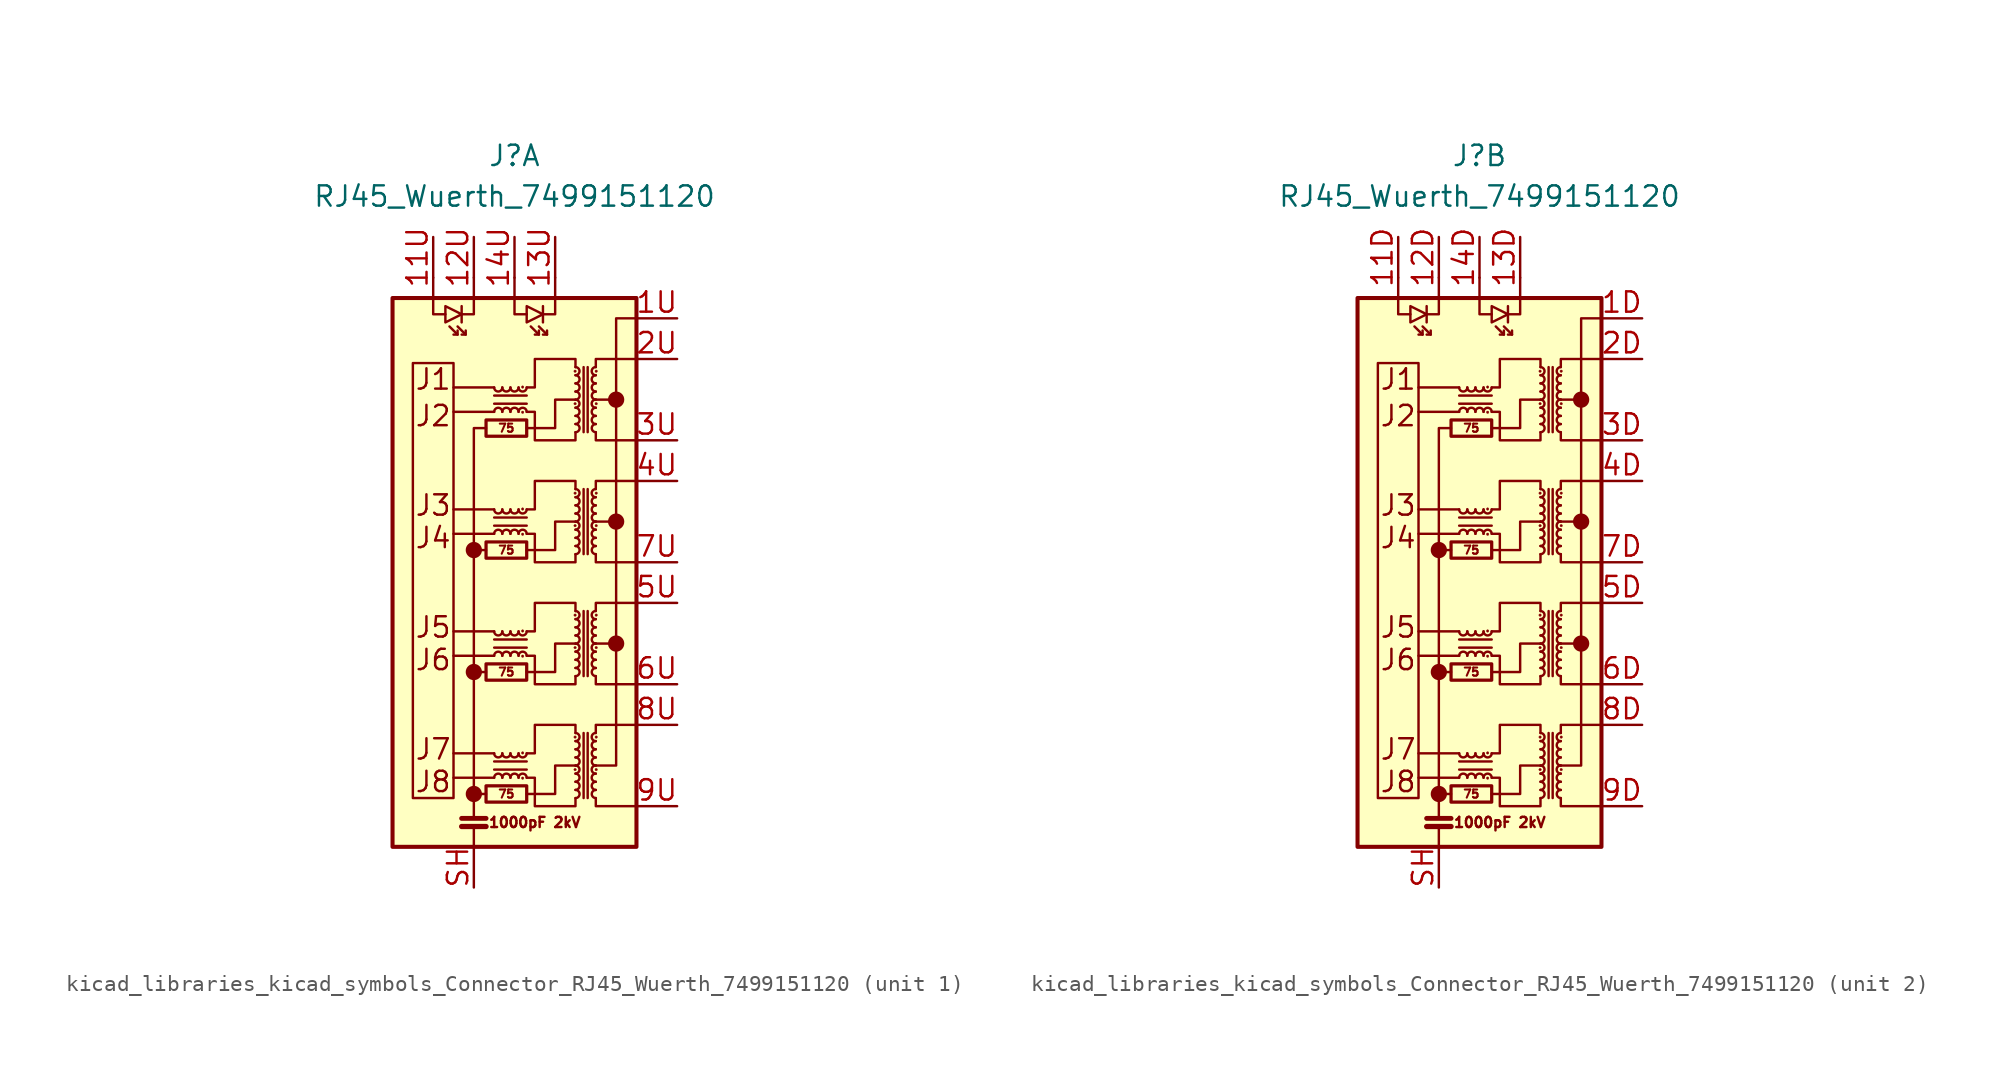
<source format=kicad_sym>
(kicad_symbol_lib
  (version 20220914)
  (generator kicad_symbol_editor)
  (symbol "kicad_libraries_kicad_symbols_Connector_RJ45_Wuerth_7499151120"
    (pin_names
      (offset 0.025) hide)
    (property "Reference" "J"
      (at 0 25.4 0)
      (effects (font (size 1.27 1.27))))
    (property "Value" "RJ45_Wuerth_7499151120"
      (at 0 22.86 0)
      (effects (font (size 1.27 1.27))))
    (property "ki_locked" ""
      (at 0 0 0)
      (effects (font (size 1.27 1.27))))
    (symbol "kicad_libraries_kicad_symbols_Connector_RJ45_Wuerth_7499151120_0_0"
      (circle (center -2.54 -14.478) (radius 0.0001) (stroke (width 0.508) (type default)) (fill (type none)))
      (circle (center -2.54 -6.858) (radius 0.0001) (stroke (width 0.508) (type default)) (fill (type none)))
      (circle (center -2.54 0.762) (radius 0.0001) (stroke (width 0.508) (type default)) (fill (type none)))
      (polyline (pts (xy -1.778 -14.478) (xy -2.54 -14.478)) (stroke (width 0) (type default)) (fill (type none)))
      (polyline (pts (xy -1.27 -13.462) (xy -3.81 -13.462)) (stroke (width 0) (type default)) (fill (type none)))
      (polyline (pts (xy -1.27 -11.938) (xy -3.81 -11.938)) (stroke (width 0) (type default)) (fill (type none)))
      (polyline (pts (xy -1.27 -5.842) (xy -3.81 -5.842)) (stroke (width 0) (type default)) (fill (type none)))
      (polyline (pts (xy -1.27 -4.318) (xy -3.81 -4.318)) (stroke (width 0) (type default)) (fill (type none)))
      (polyline (pts (xy -1.27 1.778) (xy -3.81 1.778)) (stroke (width 0) (type default)) (fill (type none)))
      (polyline (pts (xy -1.27 3.302) (xy -3.81 3.302)) (stroke (width 0) (type default)) (fill (type none)))
      (polyline (pts (xy -1.27 9.398) (xy -3.81 9.398)) (stroke (width 0) (type default)) (fill (type none)))
      (polyline (pts (xy -1.27 10.922) (xy -3.81 10.922)) (stroke (width 0) (type default)) (fill (type none)))
      (polyline (pts (xy 5.08 2.54) (xy 6.35 2.54)) (stroke (width 0) (type default)) (fill (type none)))
      (polyline (pts (xy 6.35 -5.08) (xy 5.08 -5.08)) (stroke (width 0) (type default)) (fill (type none)))
      (polyline (pts (xy 6.35 10.16) (xy 5.08 10.16)) (stroke (width 0) (type default)) (fill (type none)))
      (polyline (pts (xy 0.762 -14.478) (xy 2.54 -14.478) (xy 2.54 -12.7) (xy 3.81 -12.7)) (stroke (width 0) (type default)) (fill (type none)))
      (polyline (pts (xy 0.762 -6.858) (xy 2.54 -6.858) (xy 2.54 -5.08) (xy 3.81 -5.08)) (stroke (width 0) (type default)) (fill (type none)))
      (polyline (pts (xy 0.762 0.762) (xy 2.54 0.762) (xy 2.54 2.54) (xy 3.81 2.54)) (stroke (width 0) (type default)) (fill (type none)))
      (polyline (pts (xy 0.762 8.382) (xy 2.54 8.382) (xy 2.54 10.16) (xy 3.81 10.16)) (stroke (width 0) (type default)) (fill (type none)))
      (circle (center 6.35 -5.08) (radius 0.0001) (stroke (width 0.508) (type default)) (fill (type none)))
      (circle (center 6.35 2.54) (radius 0.0001) (stroke (width 0.508) (type default)) (fill (type none)))
      (circle (center 6.35 10.16) (radius 0.0001) (stroke (width 0.508) (type default)) (fill (type none)))
      (text "1000pF 2kV" (at 1.27 -16.256 0) (effects (font (size 0.635 0.635))))
      (text "75" (at -0.508 -14.478 0) (effects (font (size 0.508 0.508))))
      (text "75" (at -0.508 -6.858 0) (effects (font (size 0.508 0.508))))
      (text "75" (at -0.508 0.762 0) (effects (font (size 0.508 0.508))))
      (text "75" (at -0.508 8.382 0) (effects (font (size 0.508 0.508))))
      (text "J1" (at -5.08 11.43 0) (effects (font (size 1.27 1.27))))
      (text "J2" (at -5.08 9.144 0) (effects (font (size 1.27 1.27))))
      (text "J3" (at -5.08 3.556 0) (effects (font (size 1.27 1.27))))
      (text "J4" (at -5.08 1.524 0) (effects (font (size 1.27 1.27))))
      (text "J5" (at -5.08 -4.064 0) (effects (font (size 1.27 1.27))))
      (text "J6" (at -5.08 -6.096 0) (effects (font (size 1.27 1.27))))
      (text "J7" (at -5.08 -11.684 0) (effects (font (size 1.27 1.27))))
      (text "J8" (at -5.08 -13.716 0) (effects (font (size 1.27 1.27)))))
    (symbol "kicad_libraries_kicad_symbols_Connector_RJ45_Wuerth_7499151120_0_1"
      (rectangle (start -7.62 16.51) (end 7.62 -17.78) (stroke (width 0.254) (type default)) (fill (type background)))
      (rectangle (start -3.81 -14.732) (end -6.35 12.446) (stroke (width 0) (type default)) (fill (type none)))
      (rectangle (start -1.778 -14.986) (end 0.762 -13.97) (stroke (width 0.203) (type default)) (fill (type none)))
      (rectangle (start -1.778 -7.366) (end 0.762 -6.35) (stroke (width 0.203) (type default)) (fill (type none)))
      (rectangle (start -1.778 0.254) (end 0.762 1.27) (stroke (width 0.203) (type default)) (fill (type none)))
      (rectangle (start -1.778 7.874) (end 0.762 8.89) (stroke (width 0.203) (type default)) (fill (type none)))
      (arc (start -1.27 -11.938) (mid -1.016 -12.1909) (end -0.762 -11.938) (stroke (width 0) (type default)) (fill (type none)))
      (arc (start -1.27 -4.318) (mid -1.016 -4.5709) (end -0.762 -4.318) (stroke (width 0) (type default)) (fill (type none)))
      (arc (start -1.27 3.302) (mid -1.016 3.0491) (end -0.762 3.302) (stroke (width 0) (type default)) (fill (type none)))
      (arc (start -1.27 10.922) (mid -1.016 10.6691) (end -0.762 10.922) (stroke (width 0) (type default)) (fill (type none)))
      (arc (start -0.762 -13.462) (mid -1.016 -13.2091) (end -1.27 -13.462) (stroke (width 0) (type default)) (fill (type none)))
      (arc (start -0.762 -11.938) (mid -0.508 -12.1909) (end -0.254 -11.938) (stroke (width 0) (type default)) (fill (type none)))
      (arc (start -0.762 -5.842) (mid -1.016 -5.5891) (end -1.27 -5.842) (stroke (width 0) (type default)) (fill (type none)))
      (arc (start -0.762 -4.318) (mid -0.508 -4.5709) (end -0.254 -4.318) (stroke (width 0) (type default)) (fill (type none)))
      (arc (start -0.762 1.778) (mid -1.016 2.0309) (end -1.27 1.778) (stroke (width 0) (type default)) (fill (type none)))
      (arc (start -0.762 3.302) (mid -0.508 3.0491) (end -0.254 3.302) (stroke (width 0) (type default)) (fill (type none)))
      (arc (start -0.762 9.398) (mid -1.016 9.6509) (end -1.27 9.398) (stroke (width 0) (type default)) (fill (type none)))
      (arc (start -0.762 10.922) (mid -0.508 10.6691) (end -0.254 10.922) (stroke (width 0) (type default)) (fill (type none)))
      (arc (start -0.254 -13.462) (mid -0.508 -13.2091) (end -0.762 -13.462) (stroke (width 0) (type default)) (fill (type none)))
      (arc (start -0.254 -11.938) (mid 0 -12.1909) (end 0.254 -11.938) (stroke (width 0) (type default)) (fill (type none)))
      (arc (start -0.254 -5.842) (mid -0.508 -5.5891) (end -0.762 -5.842) (stroke (width 0) (type default)) (fill (type none)))
      (arc (start -0.254 -4.318) (mid 0 -4.5709) (end 0.254 -4.318) (stroke (width 0) (type default)) (fill (type none)))
      (arc (start -0.254 1.778) (mid -0.508 2.0309) (end -0.762 1.778) (stroke (width 0) (type default)) (fill (type none)))
      (arc (start -0.254 3.302) (mid 0 3.0491) (end 0.254 3.302) (stroke (width 0) (type default)) (fill (type none)))
      (arc (start -0.254 9.398) (mid -0.508 9.6509) (end -0.762 9.398) (stroke (width 0) (type default)) (fill (type none)))
      (arc (start -0.254 10.922) (mid 0 10.6691) (end 0.254 10.922) (stroke (width 0) (type default)) (fill (type none)))
      (polyline (pts (xy -3.556 14.224) (xy -4.064 14.732)) (stroke (width 0) (type default)) (fill (type none)))
      (polyline (pts (xy -3.302 -16.51) (xy -1.778 -16.51)) (stroke (width 0.33) (type default)) (fill (type none)))
      (polyline (pts (xy -3.302 -16.002) (xy -1.778 -16.002)) (stroke (width 0.305) (type default)) (fill (type none)))
      (polyline (pts (xy -3.302 16.002) (xy -3.302 14.986)) (stroke (width 0) (type default)) (fill (type none)))
      (polyline (pts (xy -3.048 14.224) (xy -3.556 14.732)) (stroke (width 0) (type default)) (fill (type none)))
      (polyline (pts (xy -2.54 -17.78) (xy -2.54 -16.51)) (stroke (width 0) (type default)) (fill (type none)))
      (polyline (pts (xy -2.54 0.762) (xy -1.778 0.762)) (stroke (width 0) (type default)) (fill (type none)))
      (polyline (pts (xy -1.778 -6.858) (xy -2.54 -6.858)) (stroke (width 0) (type default)) (fill (type none)))
      (polyline (pts (xy -1.27 -12.954) (xy 0.762 -12.954)) (stroke (width 0) (type default)) (fill (type none)))
      (polyline (pts (xy -1.27 -5.334) (xy 0.762 -5.334)) (stroke (width 0) (type default)) (fill (type none)))
      (polyline (pts (xy -1.27 2.286) (xy 0.762 2.286)) (stroke (width 0) (type default)) (fill (type none)))
      (polyline (pts (xy -1.27 9.906) (xy 0.762 9.906)) (stroke (width 0) (type default)) (fill (type none)))
      (polyline (pts (xy 0.762 -12.446) (xy -1.27 -12.446)) (stroke (width 0) (type default)) (fill (type none)))
      (polyline (pts (xy 0.762 -4.826) (xy -1.27 -4.826)) (stroke (width 0) (type default)) (fill (type none)))
      (polyline (pts (xy 0.762 2.794) (xy -1.27 2.794)) (stroke (width 0) (type default)) (fill (type none)))
      (polyline (pts (xy 0.762 10.414) (xy -1.27 10.414)) (stroke (width 0) (type default)) (fill (type none)))
      (polyline (pts (xy 1.524 14.224) (xy 1.016 14.732)) (stroke (width 0) (type default)) (fill (type none)))
      (polyline (pts (xy 1.778 16.002) (xy 1.778 14.986)) (stroke (width 0) (type default)) (fill (type none)))
      (polyline (pts (xy 2.032 14.224) (xy 1.524 14.732)) (stroke (width 0) (type default)) (fill (type none)))
      (polyline (pts (xy 4.318 -10.668) (xy 4.318 -14.732)) (stroke (width 0) (type default)) (fill (type none)))
      (polyline (pts (xy 4.318 -3.048) (xy 4.318 -7.112)) (stroke (width 0) (type default)) (fill (type none)))
      (polyline (pts (xy 4.318 4.572) (xy 4.318 0.508)) (stroke (width 0) (type default)) (fill (type none)))
      (polyline (pts (xy 4.318 12.192) (xy 4.318 8.128)) (stroke (width 0) (type default)) (fill (type none)))
      (polyline (pts (xy 4.572 -14.732) (xy 4.572 -10.668)) (stroke (width 0) (type default)) (fill (type none)))
      (polyline (pts (xy 4.572 -7.112) (xy 4.572 -3.048)) (stroke (width 0) (type default)) (fill (type none)))
      (polyline (pts (xy 4.572 0.508) (xy 4.572 4.572)) (stroke (width 0) (type default)) (fill (type none)))
      (polyline (pts (xy 4.572 8.128) (xy 4.572 12.192)) (stroke (width 0) (type default)) (fill (type none)))
      (polyline (pts (xy -5.08 17.78) (xy -5.08 15.494) (xy -4.318 15.494)) (stroke (width 0) (type default)) (fill (type none)))
      (polyline (pts (xy -3.556 14.478) (xy -3.556 14.224) (xy -3.81 14.224)) (stroke (width 0) (type default)) (fill (type none)))
      (polyline (pts (xy -3.048 14.478) (xy -3.048 14.224) (xy -3.302 14.224)) (stroke (width 0) (type default)) (fill (type none)))
      (polyline (pts (xy -2.54 -16.002) (xy -2.54 8.382) (xy -1.778 8.382)) (stroke (width 0) (type default)) (fill (type none)))
      (polyline (pts (xy -2.54 17.78) (xy -2.54 15.494) (xy -3.302 15.494)) (stroke (width 0) (type default)) (fill (type none)))
      (polyline (pts (xy 0 17.78) (xy 0 15.494) (xy 0.762 15.494)) (stroke (width 0) (type default)) (fill (type none)))
      (polyline (pts (xy 1.524 14.478) (xy 1.524 14.224) (xy 1.27 14.224)) (stroke (width 0) (type default)) (fill (type none)))
      (polyline (pts (xy 2.032 14.478) (xy 2.032 14.224) (xy 1.778 14.224)) (stroke (width 0) (type default)) (fill (type none)))
      (polyline (pts (xy 2.54 17.78) (xy 2.54 15.494) (xy 1.778 15.494)) (stroke (width 0) (type default)) (fill (type none)))
      (polyline (pts (xy 5.08 -14.732) (xy 5.08 -15.24) (xy 7.62 -15.24)) (stroke (width 0) (type default)) (fill (type none)))
      (polyline (pts (xy 5.08 -10.668) (xy 5.08 -10.16) (xy 7.62 -10.16)) (stroke (width 0) (type default)) (fill (type none)))
      (polyline (pts (xy 5.08 -7.112) (xy 5.08 -7.62) (xy 7.62 -7.62)) (stroke (width 0) (type default)) (fill (type none)))
      (polyline (pts (xy 5.08 -3.048) (xy 5.08 -2.54) (xy 7.62 -2.54)) (stroke (width 0) (type default)) (fill (type none)))
      (polyline (pts (xy 5.08 0.508) (xy 5.08 0) (xy 7.62 0)) (stroke (width 0) (type default)) (fill (type none)))
      (polyline (pts (xy 5.08 4.572) (xy 5.08 5.08) (xy 7.62 5.08)) (stroke (width 0) (type default)) (fill (type none)))
      (polyline (pts (xy 5.08 8.128) (xy 5.08 7.62) (xy 7.62 7.62)) (stroke (width 0) (type default)) (fill (type none)))
      (polyline (pts (xy 5.08 12.192) (xy 5.08 12.7) (xy 7.62 12.7)) (stroke (width 0) (type default)) (fill (type none)))
      (polyline (pts (xy -3.302 15.494) (xy -4.318 16.002) (xy -4.318 14.986) (xy -3.302 15.494)) (stroke (width 0) (type default)) (fill (type none)))
      (polyline (pts (xy 1.778 15.494) (xy 0.762 16.002) (xy 0.762 14.986) (xy 1.778 15.494)) (stroke (width 0) (type default)) (fill (type none)))
      (polyline (pts (xy 7.62 15.24) (xy 6.35 15.24) (xy 6.35 -12.7) (xy 5.08 -12.7)) (stroke (width 0) (type default)) (fill (type none)))
      (polyline (pts (xy 0.762 -11.938) (xy 1.27 -11.938) (xy 1.27 -10.16) (xy 3.81 -10.16) (xy 3.81 -10.668)) (stroke (width 0) (type default)) (fill (type none)))
      (polyline (pts (xy 0.762 -4.318) (xy 1.27 -4.318) (xy 1.27 -2.54) (xy 3.81 -2.54) (xy 3.81 -3.048)) (stroke (width 0) (type default)) (fill (type none)))
      (polyline (pts (xy 0.762 3.302) (xy 1.27 3.302) (xy 1.27 5.08) (xy 3.81 5.08) (xy 3.81 4.572)) (stroke (width 0) (type default)) (fill (type none)))
      (polyline (pts (xy 0.762 10.922) (xy 1.27 10.922) (xy 1.27 12.7) (xy 3.81 12.7) (xy 3.81 12.192)) (stroke (width 0) (type default)) (fill (type none)))
      (polyline (pts (xy 3.81 -14.732) (xy 3.81 -15.24) (xy 1.27 -15.24) (xy 1.27 -13.462) (xy 0.762 -13.462)) (stroke (width 0) (type default)) (fill (type none)))
      (polyline (pts (xy 3.81 -7.112) (xy 3.81 -7.62) (xy 1.27 -7.62) (xy 1.27 -5.842) (xy 0.762 -5.842)) (stroke (width 0) (type default)) (fill (type none)))
      (polyline (pts (xy 3.81 0.508) (xy 3.81 0) (xy 1.27 0) (xy 1.27 1.778) (xy 0.762 1.778)) (stroke (width 0) (type default)) (fill (type none)))
      (polyline (pts (xy 3.81 8.128) (xy 3.81 7.62) (xy 1.27 7.62) (xy 1.27 9.398) (xy 0.762 9.398)) (stroke (width 0) (type default)) (fill (type none)))
      (arc (start 0.254 -13.462) (mid 0 -13.2091) (end -0.254 -13.462) (stroke (width 0) (type default)) (fill (type none)))
      (arc (start 0.254 -11.938) (mid 0.508 -12.1909) (end 0.762 -11.938) (stroke (width 0) (type default)) (fill (type none)))
      (arc (start 0.254 -5.842) (mid 0 -5.5891) (end -0.254 -5.842) (stroke (width 0) (type default)) (fill (type none)))
      (arc (start 0.254 -4.318) (mid 0.508 -4.5709) (end 0.762 -4.318) (stroke (width 0) (type default)) (fill (type none)))
      (arc (start 0.254 1.778) (mid 0 2.0309) (end -0.254 1.778) (stroke (width 0) (type default)) (fill (type none)))
      (arc (start 0.254 3.302) (mid 0.508 3.0491) (end 0.762 3.302) (stroke (width 0) (type default)) (fill (type none)))
      (arc (start 0.254 9.398) (mid 0 9.6509) (end -0.254 9.398) (stroke (width 0) (type default)) (fill (type none)))
      (arc (start 0.254 10.922) (mid 0.508 10.6691) (end 0.762 10.922) (stroke (width 0) (type default)) (fill (type none)))
      (circle (center 0.508 -13.487) (radius 0.076) (stroke (width 0.025) (type default)) (fill (type outline)))
      (circle (center 0.508 -11.913) (radius 0.076) (stroke (width 0.025) (type default)) (fill (type outline)))
      (circle (center 0.508 -5.867) (radius 0.076) (stroke (width 0.025) (type default)) (fill (type outline)))
      (circle (center 0.508 -4.293) (radius 0.076) (stroke (width 0.025) (type default)) (fill (type outline)))
      (circle (center 0.508 1.753) (radius 0.076) (stroke (width 0.025) (type default)) (fill (type outline)))
      (circle (center 0.508 3.327) (radius 0.076) (stroke (width 0.025) (type default)) (fill (type outline)))
      (circle (center 0.508 9.373) (radius 0.076) (stroke (width 0.025) (type default)) (fill (type outline)))
      (circle (center 0.508 10.947) (radius 0.076) (stroke (width 0.025) (type default)) (fill (type outline)))
      (arc (start 0.762 -13.462) (mid 0.508 -13.2091) (end 0.254 -13.462) (stroke (width 0) (type default)) (fill (type none)))
      (arc (start 0.762 -5.842) (mid 0.508 -5.5891) (end 0.254 -5.842) (stroke (width 0) (type default)) (fill (type none)))
      (arc (start 0.762 1.778) (mid 0.508 2.0309) (end 0.254 1.778) (stroke (width 0) (type default)) (fill (type none)))
      (arc (start 0.762 9.398) (mid 0.508 9.6509) (end 0.254 9.398) (stroke (width 0) (type default)) (fill (type none)))
      (circle (center 3.785 -12.954) (radius 0.076) (stroke (width 0.025) (type default)) (fill (type outline)))
      (circle (center 3.785 -10.922) (radius 0.076) (stroke (width 0.025) (type default)) (fill (type outline)))
      (circle (center 3.785 -5.334) (radius 0.076) (stroke (width 0.025) (type default)) (fill (type outline)))
      (circle (center 3.785 -3.302) (radius 0.076) (stroke (width 0.025) (type default)) (fill (type outline)))
      (circle (center 3.785 2.286) (radius 0.076) (stroke (width 0.025) (type default)) (fill (type outline)))
      (circle (center 3.785 4.318) (radius 0.076) (stroke (width 0.025) (type default)) (fill (type outline)))
      (circle (center 3.785 9.906) (radius 0.076) (stroke (width 0.025) (type default)) (fill (type outline)))
      (circle (center 3.785 11.938) (radius 0.076) (stroke (width 0.025) (type default)) (fill (type outline)))
      (arc (start 3.81 -14.732) (mid 4.0629 -14.478) (end 3.81 -14.224) (stroke (width 0) (type default)) (fill (type none)))
      (arc (start 3.81 -14.224) (mid 4.0629 -13.97) (end 3.81 -13.716) (stroke (width 0) (type default)) (fill (type none)))
      (arc (start 3.81 -13.716) (mid 4.0629 -13.462) (end 3.81 -13.208) (stroke (width 0) (type default)) (fill (type none)))
      (arc (start 3.81 -13.208) (mid 4.0629 -12.954) (end 3.81 -12.7) (stroke (width 0) (type default)) (fill (type none)))
      (arc (start 3.81 -12.7) (mid 4.0629 -12.446) (end 3.81 -12.192) (stroke (width 0) (type default)) (fill (type none)))
      (arc (start 3.81 -12.192) (mid 4.0629 -11.938) (end 3.81 -11.684) (stroke (width 0) (type default)) (fill (type none)))
      (arc (start 3.81 -11.684) (mid 4.0629 -11.43) (end 3.81 -11.176) (stroke (width 0) (type default)) (fill (type none)))
      (arc (start 3.81 -11.176) (mid 4.0629 -10.922) (end 3.81 -10.668) (stroke (width 0) (type default)) (fill (type none)))
      (arc (start 3.81 -7.112) (mid 4.0629 -6.858) (end 3.81 -6.604) (stroke (width 0) (type default)) (fill (type none)))
      (arc (start 3.81 -6.604) (mid 4.0629 -6.35) (end 3.81 -6.096) (stroke (width 0) (type default)) (fill (type none)))
      (arc (start 3.81 -6.096) (mid 4.0629 -5.842) (end 3.81 -5.588) (stroke (width 0) (type default)) (fill (type none)))
      (arc (start 3.81 -5.588) (mid 4.0629 -5.334) (end 3.81 -5.08) (stroke (width 0) (type default)) (fill (type none)))
      (arc (start 3.81 -5.08) (mid 4.0629 -4.826) (end 3.81 -4.572) (stroke (width 0) (type default)) (fill (type none)))
      (arc (start 3.81 -4.572) (mid 4.0629 -4.318) (end 3.81 -4.064) (stroke (width 0) (type default)) (fill (type none)))
      (arc (start 3.81 -4.064) (mid 4.0629 -3.81) (end 3.81 -3.556) (stroke (width 0) (type default)) (fill (type none)))
      (arc (start 3.81 -3.556) (mid 4.0629 -3.302) (end 3.81 -3.048) (stroke (width 0) (type default)) (fill (type none)))
      (arc (start 3.81 0.508) (mid 4.0629 0.762) (end 3.81 1.016) (stroke (width 0) (type default)) (fill (type none)))
      (arc (start 3.81 1.016) (mid 4.0629 1.27) (end 3.81 1.524) (stroke (width 0) (type default)) (fill (type none)))
      (arc (start 3.81 1.524) (mid 4.0629 1.778) (end 3.81 2.032) (stroke (width 0) (type default)) (fill (type none)))
      (arc (start 3.81 2.032) (mid 4.0629 2.286) (end 3.81 2.54) (stroke (width 0) (type default)) (fill (type none)))
      (arc (start 3.81 2.54) (mid 4.0629 2.794) (end 3.81 3.048) (stroke (width 0) (type default)) (fill (type none)))
      (arc (start 3.81 3.048) (mid 4.0629 3.302) (end 3.81 3.556) (stroke (width 0) (type default)) (fill (type none)))
      (arc (start 3.81 3.556) (mid 4.0629 3.81) (end 3.81 4.064) (stroke (width 0) (type default)) (fill (type none)))
      (arc (start 3.81 4.064) (mid 4.0629 4.318) (end 3.81 4.572) (stroke (width 0) (type default)) (fill (type none)))
      (arc (start 3.81 8.128) (mid 4.0629 8.382) (end 3.81 8.636) (stroke (width 0) (type default)) (fill (type none)))
      (arc (start 3.81 8.636) (mid 4.0629 8.89) (end 3.81 9.144) (stroke (width 0) (type default)) (fill (type none)))
      (arc (start 3.81 9.144) (mid 4.0629 9.398) (end 3.81 9.652) (stroke (width 0) (type default)) (fill (type none)))
      (arc (start 3.81 9.652) (mid 4.0629 9.906) (end 3.81 10.16) (stroke (width 0) (type default)) (fill (type none)))
      (arc (start 3.81 10.16) (mid 4.0629 10.414) (end 3.81 10.668) (stroke (width 0) (type default)) (fill (type none)))
      (arc (start 3.81 10.668) (mid 4.0629 10.922) (end 3.81 11.176) (stroke (width 0) (type default)) (fill (type none)))
      (arc (start 3.81 11.176) (mid 4.0629 11.43) (end 3.81 11.684) (stroke (width 0) (type default)) (fill (type none)))
      (arc (start 3.81 11.684) (mid 4.0629 11.938) (end 3.81 12.192) (stroke (width 0) (type default)) (fill (type none)))
      (arc (start 5.08 -14.224) (mid 4.8271 -14.478) (end 5.08 -14.732) (stroke (width 0) (type default)) (fill (type none)))
      (arc (start 5.08 -13.716) (mid 4.8271 -13.97) (end 5.08 -14.224) (stroke (width 0) (type default)) (fill (type none)))
      (arc (start 5.08 -13.208) (mid 4.8271 -13.462) (end 5.08 -13.716) (stroke (width 0) (type default)) (fill (type none)))
      (arc (start 5.08 -12.7) (mid 4.8271 -12.954) (end 5.08 -13.208) (stroke (width 0) (type default)) (fill (type none)))
      (arc (start 5.08 -12.192) (mid 4.8271 -12.446) (end 5.08 -12.7) (stroke (width 0) (type default)) (fill (type none)))
      (arc (start 5.08 -11.684) (mid 4.8271 -11.938) (end 5.08 -12.192) (stroke (width 0) (type default)) (fill (type none)))
      (arc (start 5.08 -11.176) (mid 4.8271 -11.43) (end 5.08 -11.684) (stroke (width 0) (type default)) (fill (type none)))
      (arc (start 5.08 -10.668) (mid 4.8271 -10.922) (end 5.08 -11.176) (stroke (width 0) (type default)) (fill (type none)))
      (arc (start 5.08 -6.604) (mid 4.8271 -6.858) (end 5.08 -7.112) (stroke (width 0) (type default)) (fill (type none)))
      (arc (start 5.08 -6.096) (mid 4.8271 -6.35) (end 5.08 -6.604) (stroke (width 0) (type default)) (fill (type none)))
      (arc (start 5.08 -5.588) (mid 4.8271 -5.842) (end 5.08 -6.096) (stroke (width 0) (type default)) (fill (type none)))
      (arc (start 5.08 -5.08) (mid 4.8271 -5.334) (end 5.08 -5.588) (stroke (width 0) (type default)) (fill (type none)))
      (arc (start 5.08 -4.572) (mid 4.8271 -4.826) (end 5.08 -5.08) (stroke (width 0) (type default)) (fill (type none)))
      (arc (start 5.08 -4.064) (mid 4.8271 -4.318) (end 5.08 -4.572) (stroke (width 0) (type default)) (fill (type none)))
      (arc (start 5.08 -3.556) (mid 4.8271 -3.81) (end 5.08 -4.064) (stroke (width 0) (type default)) (fill (type none)))
      (arc (start 5.08 -3.048) (mid 4.8271 -3.302) (end 5.08 -3.556) (stroke (width 0) (type default)) (fill (type none)))
      (arc (start 5.08 1.016) (mid 4.8271 0.762) (end 5.08 0.508) (stroke (width 0) (type default)) (fill (type none)))
      (arc (start 5.08 1.524) (mid 4.8271 1.27) (end 5.08 1.016) (stroke (width 0) (type default)) (fill (type none)))
      (arc (start 5.08 2.032) (mid 4.8271 1.778) (end 5.08 1.524) (stroke (width 0) (type default)) (fill (type none)))
      (arc (start 5.08 2.54) (mid 4.8271 2.286) (end 5.08 2.032) (stroke (width 0) (type default)) (fill (type none)))
      (arc (start 5.08 3.048) (mid 4.8271 2.794) (end 5.08 2.54) (stroke (width 0) (type default)) (fill (type none)))
      (arc (start 5.08 3.556) (mid 4.8271 3.302) (end 5.08 3.048) (stroke (width 0) (type default)) (fill (type none)))
      (arc (start 5.08 4.064) (mid 4.8271 3.81) (end 5.08 3.556) (stroke (width 0) (type default)) (fill (type none)))
      (arc (start 5.08 4.572) (mid 4.8271 4.318) (end 5.08 4.064) (stroke (width 0) (type default)) (fill (type none)))
      (arc (start 5.08 8.636) (mid 4.8271 8.382) (end 5.08 8.128) (stroke (width 0) (type default)) (fill (type none)))
      (arc (start 5.08 9.144) (mid 4.8271 8.89) (end 5.08 8.636) (stroke (width 0) (type default)) (fill (type none)))
      (arc (start 5.08 9.652) (mid 4.8271 9.398) (end 5.08 9.144) (stroke (width 0) (type default)) (fill (type none)))
      (arc (start 5.08 10.16) (mid 4.8271 9.906) (end 5.08 9.652) (stroke (width 0) (type default)) (fill (type none)))
      (arc (start 5.08 10.668) (mid 4.8271 10.414) (end 5.08 10.16) (stroke (width 0) (type default)) (fill (type none)))
      (arc (start 5.08 11.176) (mid 4.8271 10.922) (end 5.08 10.668) (stroke (width 0) (type default)) (fill (type none)))
      (arc (start 5.08 11.684) (mid 4.8271 11.43) (end 5.08 11.176) (stroke (width 0) (type default)) (fill (type none)))
      (arc (start 5.08 12.192) (mid 4.8271 11.938) (end 5.08 11.684) (stroke (width 0) (type default)) (fill (type none)))
      (circle (center 5.105 -12.954) (radius 0.076) (stroke (width 0.025) (type default)) (fill (type outline)))
      (circle (center 5.105 -10.922) (radius 0.076) (stroke (width 0.025) (type default)) (fill (type outline)))
      (circle (center 5.105 -5.334) (radius 0.076) (stroke (width 0.025) (type default)) (fill (type outline)))
      (circle (center 5.105 -3.302) (radius 0.076) (stroke (width 0.025) (type default)) (fill (type outline)))
      (circle (center 5.105 2.286) (radius 0.076) (stroke (width 0.025) (type default)) (fill (type outline)))
      (circle (center 5.105 4.318) (radius 0.076) (stroke (width 0.025) (type default)) (fill (type outline)))
      (circle (center 5.105 9.906) (radius 0.076) (stroke (width 0.025) (type default)) (fill (type outline)))
      (circle (center 5.105 11.938) (radius 0.076) (stroke (width 0.025) (type default)) (fill (type outline)))
      (pin power_in line (at -2.54 -20.32 90) (length 2.54) (name "~" (effects (font (size 1.27 1.27)))) (number "SH" (effects (font (size 1.27 1.27))))))
    (symbol "kicad_libraries_kicad_symbols_Connector_RJ45_Wuerth_7499151120_1_1"
      (pin no_connect line (at 0 -17.78 90) (length 2.54) hide (name "~" (effects (font (size 1.27 1.27)))) (number "10U" (effects (font (size 1.27 1.27)))))
      (pin passive line (at -5.08 20.32 270) (length 2.54) (name "~" (effects (font (size 1.27 1.27)))) (number "11U" (effects (font (size 1.27 1.27)))))
      (pin passive line (at -2.54 20.32 270) (length 2.54) (name "~" (effects (font (size 1.27 1.27)))) (number "12U" (effects (font (size 1.27 1.27)))))
      (pin passive line (at 2.54 20.32 270) (length 2.54) (name "~" (effects (font (size 1.27 1.27)))) (number "13U" (effects (font (size 1.27 1.27)))))
      (pin passive line (at 0 20.32 270) (length 2.54) (name "~" (effects (font (size 1.27 1.27)))) (number "14U" (effects (font (size 1.27 1.27)))))
      (pin passive line (at 10.16 15.24 180) (length 2.54) (name "~" (effects (font (size 1.27 1.27)))) (number "1U" (effects (font (size 1.27 1.27)))))
      (pin passive line (at 10.16 12.7 180) (length 2.54) (name "~" (effects (font (size 1.27 1.27)))) (number "2U" (effects (font (size 1.27 1.27)))))
      (pin passive line (at 10.16 7.62 180) (length 2.54) (name "~" (effects (font (size 1.27 1.27)))) (number "3U" (effects (font (size 1.27 1.27)))))
      (pin passive line (at 10.16 5.08 180) (length 2.54) (name "~" (effects (font (size 1.27 1.27)))) (number "4U" (effects (font (size 1.27 1.27)))))
      (pin passive line (at 10.16 -2.54 180) (length 2.54) (name "~" (effects (font (size 1.27 1.27)))) (number "5U" (effects (font (size 1.27 1.27)))))
      (pin passive line (at 10.16 -7.62 180) (length 2.54) (name "~" (effects (font (size 1.27 1.27)))) (number "6U" (effects (font (size 1.27 1.27)))))
      (pin passive line (at 10.16 0 180) (length 2.54) (name "~" (effects (font (size 1.27 1.27)))) (number "7U" (effects (font (size 1.27 1.27)))))
      (pin passive line (at 10.16 -10.16 180) (length 2.54) (name "~" (effects (font (size 1.27 1.27)))) (number "8U" (effects (font (size 1.27 1.27)))))
      (pin passive line (at 10.16 -15.24 180) (length 2.54) (name "~" (effects (font (size 1.27 1.27)))) (number "9U" (effects (font (size 1.27 1.27))))))
    (symbol "kicad_libraries_kicad_symbols_Connector_RJ45_Wuerth_7499151120_2_1"
      (pin no_connect line (at 0 -17.78 90) (length 2.54) hide (name "~" (effects (font (size 1.27 1.27)))) (number "10D" (effects (font (size 1.27 1.27)))))
      (pin passive line (at -5.08 20.32 270) (length 2.54) (name "~" (effects (font (size 1.27 1.27)))) (number "11D" (effects (font (size 1.27 1.27)))))
      (pin passive line (at -2.54 20.32 270) (length 2.54) (name "~" (effects (font (size 1.27 1.27)))) (number "12D" (effects (font (size 1.27 1.27)))))
      (pin passive line (at 2.54 20.32 270) (length 2.54) (name "~" (effects (font (size 1.27 1.27)))) (number "13D" (effects (font (size 1.27 1.27)))))
      (pin passive line (at 0 20.32 270) (length 2.54) (name "~" (effects (font (size 1.27 1.27)))) (number "14D" (effects (font (size 1.27 1.27)))))
      (pin passive line (at 10.16 15.24 180) (length 2.54) (name "~" (effects (font (size 1.27 1.27)))) (number "1D" (effects (font (size 1.27 1.27)))))
      (pin passive line (at 10.16 12.7 180) (length 2.54) (name "~" (effects (font (size 1.27 1.27)))) (number "2D" (effects (font (size 1.27 1.27)))))
      (pin passive line (at 10.16 7.62 180) (length 2.54) (name "~" (effects (font (size 1.27 1.27)))) (number "3D" (effects (font (size 1.27 1.27)))))
      (pin passive line (at 10.16 5.08 180) (length 2.54) (name "~" (effects (font (size 1.27 1.27)))) (number "4D" (effects (font (size 1.27 1.27)))))
      (pin passive line (at 10.16 -2.54 180) (length 2.54) (name "~" (effects (font (size 1.27 1.27)))) (number "5D" (effects (font (size 1.27 1.27)))))
      (pin passive line (at 10.16 -7.62 180) (length 2.54) (name "~" (effects (font (size 1.27 1.27)))) (number "6D" (effects (font (size 1.27 1.27)))))
      (pin passive line (at 10.16 0 180) (length 2.54) (name "~" (effects (font (size 1.27 1.27)))) (number "7D" (effects (font (size 1.27 1.27)))))
      (pin passive line (at 10.16 -10.16 180) (length 2.54) (name "~" (effects (font (size 1.27 1.27)))) (number "8D" (effects (font (size 1.27 1.27)))))
      (pin passive line (at 10.16 -15.24 180) (length 2.54) (name "~" (effects (font (size 1.27 1.27)))) (number "9D" (effects (font (size 1.27 1.27))))))))
</source>
